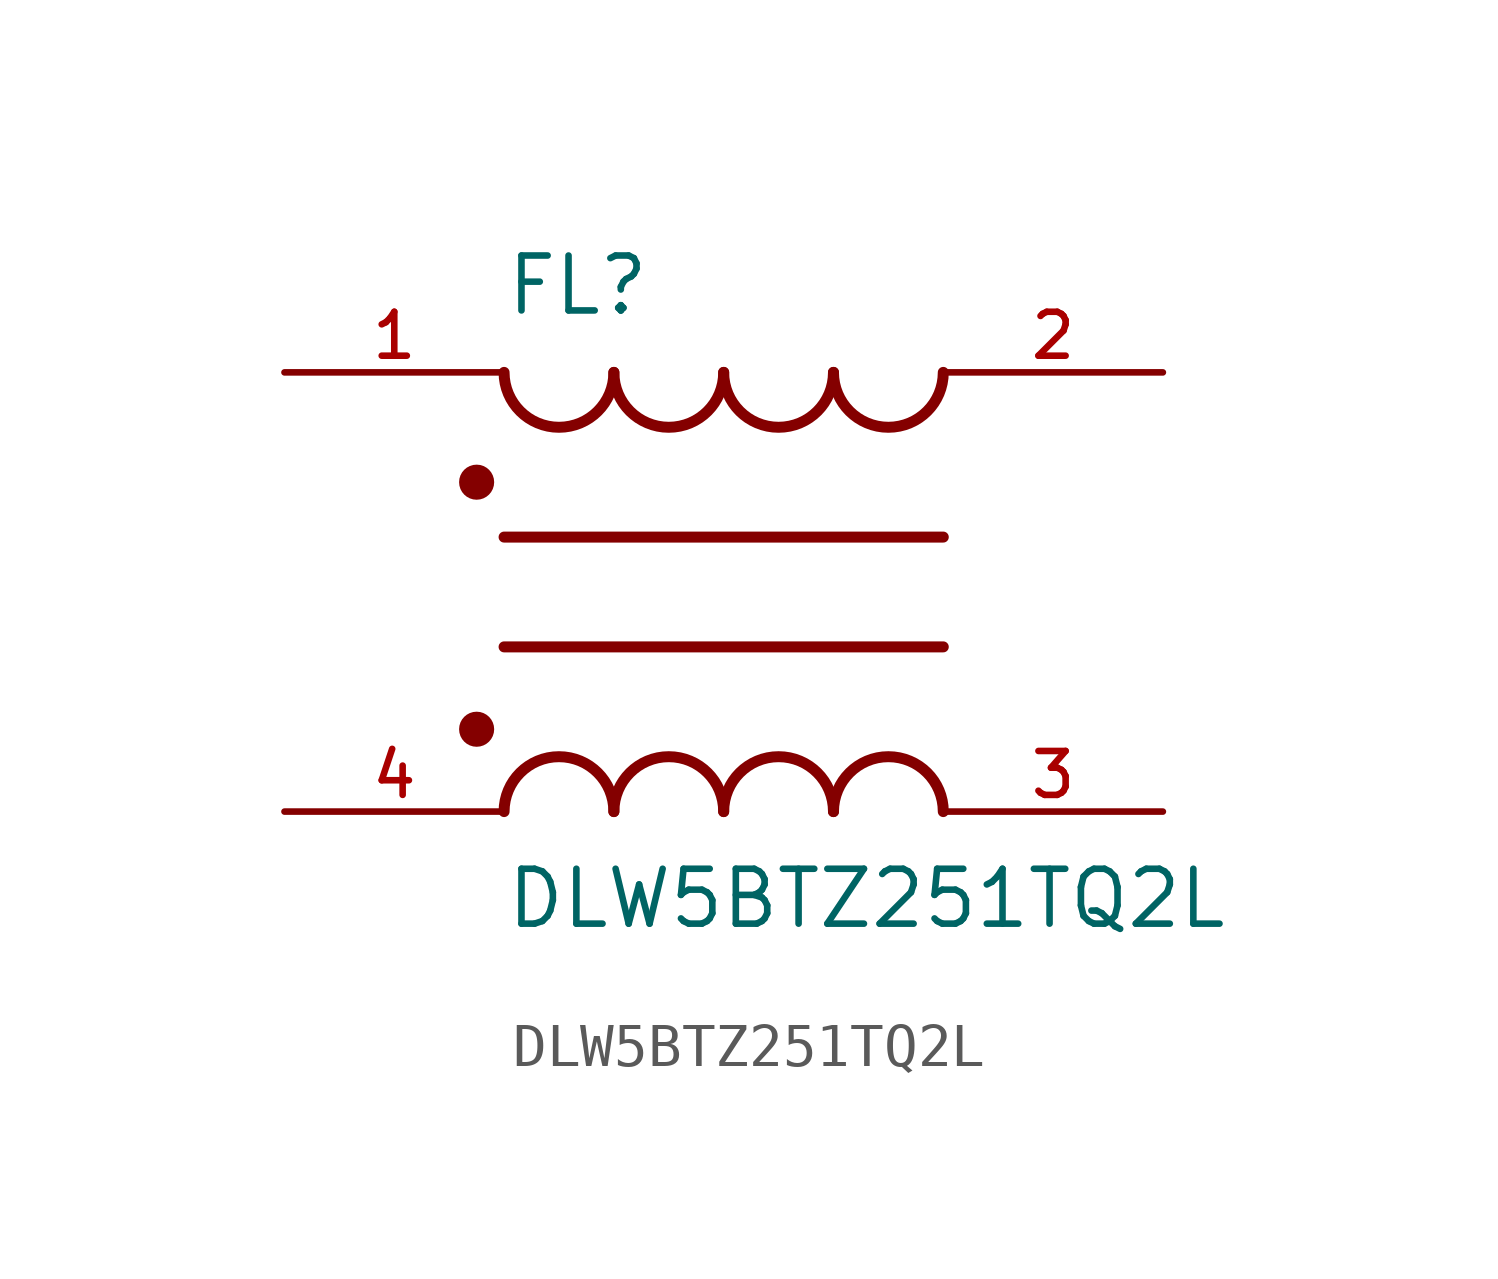
<source format=kicad_sym>
(kicad_symbol_lib
  (version 20211014)
  (generator kicad_symbol_editor)
  (symbol "DLW5BTZ251TQ2L"
    (pin_names
      (offset 1.016))
    (property "Reference" "FL"
      (at -5.08 6.35 0)
      (effects (font (size 1.27 1.27)) (justify bottom left)))
    (property "Value" "DLW5BTZ251TQ2L"
      (at -5.08 -6.35 0)
      (effects (font (size 1.27 1.27)) (justify top left)))
    (symbol "DLW5BTZ251TQ2L_0_0"
      (arc (start -2.54 -5.08) (mid -3.81 -3.81) (end -5.08 -5.08) (stroke (width 0.254) (type default) (color 0 0 0 0)) (fill (type none)))
      (arc (start 0.0 -5.08) (mid -1.27 -3.81) (end -2.54 -5.08) (stroke (width 0.254) (type default) (color 0 0 0 0)) (fill (type none)))
      (arc (start 2.54 -5.08) (mid 1.27 -3.81) (end 0.0 -5.08) (stroke (width 0.254) (type default) (color 0 0 0 0)) (fill (type none)))
      (arc (start 5.08 -5.08) (mid 3.81 -3.81) (end 2.54 -5.08) (stroke (width 0.254) (type default) (color 0 0 0 0)) (fill (type none)))
      (polyline (pts (xy -5.08 -1.27) (xy 5.08 -1.27)) (stroke (width 0.254)))
      (circle (center -5.715 -3.175) (radius 0.203) (stroke (width 0.406)) (fill (type none)))
      (arc (start 2.54 5.08) (mid 3.81 3.81) (end 5.08 5.08) (stroke (width 0.254) (type default) (color 0 0 0 0)) (fill (type none)))
      (arc (start 0.0 5.08) (mid 1.27 3.81) (end 2.54 5.08) (stroke (width 0.254) (type default) (color 0 0 0 0)) (fill (type none)))
      (arc (start -2.54 5.08) (mid -1.27 3.81) (end 0.0 5.08) (stroke (width 0.254) (type default) (color 0 0 0 0)) (fill (type none)))
      (arc (start -5.08 5.08) (mid -3.81 3.81) (end -2.54 5.08) (stroke (width 0.254) (type default) (color 0 0 0 0)) (fill (type none)))
      (polyline (pts (xy 5.08 1.27) (xy -5.08 1.27)) (stroke (width 0.254)))
      (circle (center -5.715 2.54) (radius 0.203) (stroke (width 0.406)) (fill (type none)))
      (pin passive line (at -10.16 5.08 0) (length 5.08) (name "~" (effects (font (size 1.016 1.016)))) (number "1" (effects (font (size 1.016 1.016)))))
      (pin passive line (at 10.16 5.08 180.0) (length 5.08) (name "~" (effects (font (size 1.016 1.016)))) (number "2" (effects (font (size 1.016 1.016)))))
      (pin passive line (at -10.16 -5.08 0) (length 5.08) (name "~" (effects (font (size 1.016 1.016)))) (number "4" (effects (font (size 1.016 1.016)))))
      (pin passive line (at 10.16 -5.08 180.0) (length 5.08) (name "~" (effects (font (size 1.016 1.016)))) (number "3" (effects (font (size 1.016 1.016))))))))
</source>
